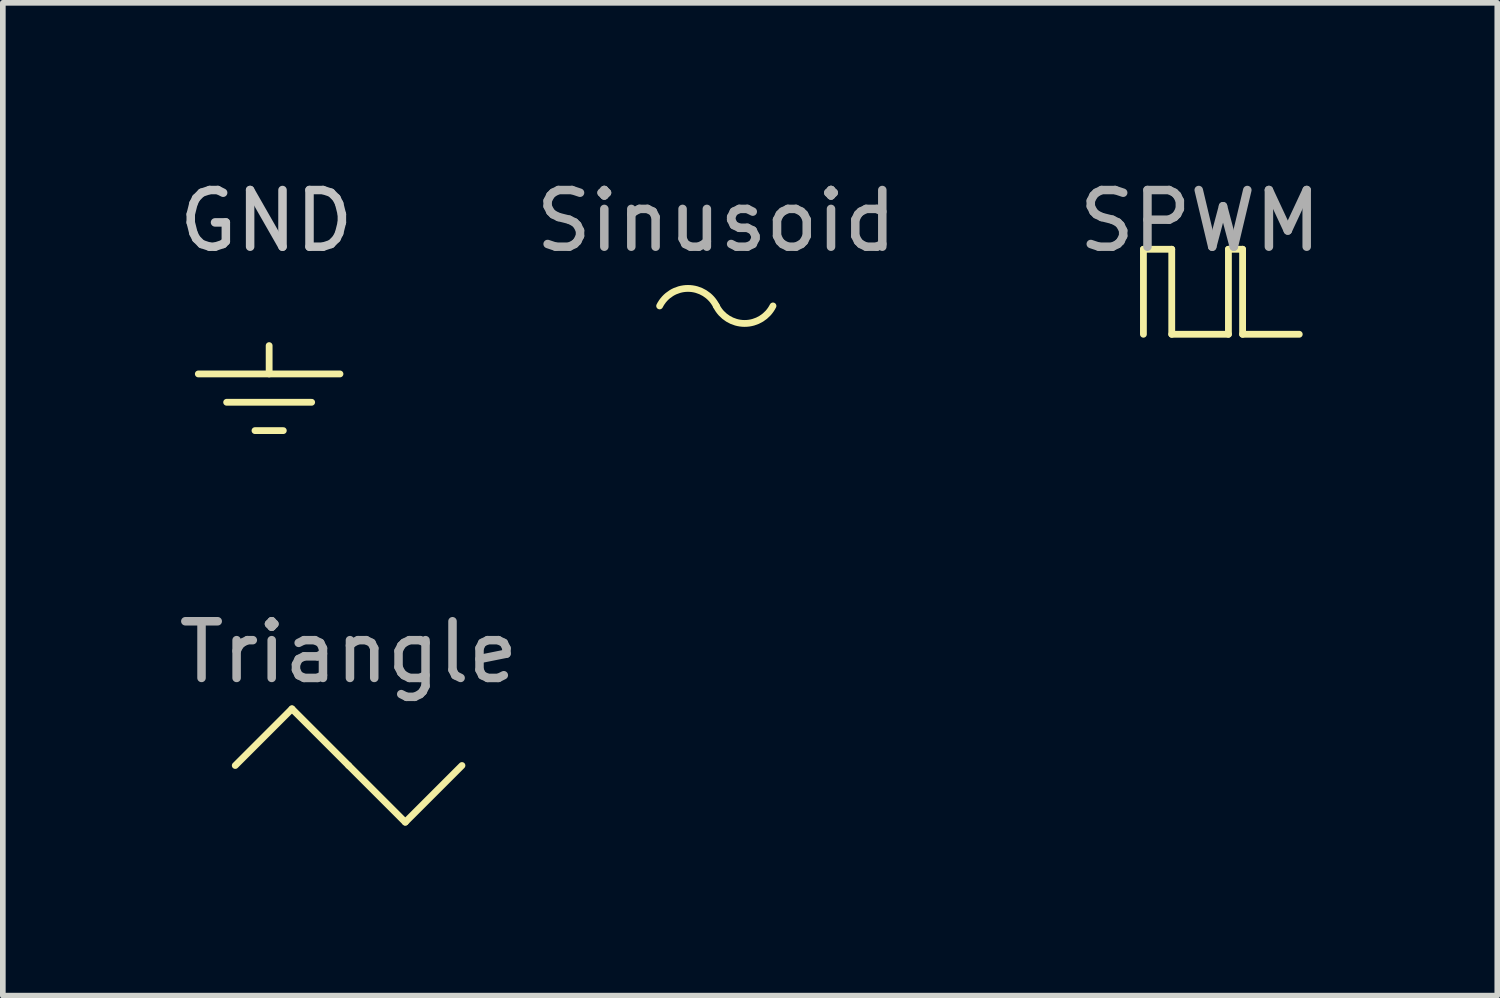
<source format=kicad_pcb>
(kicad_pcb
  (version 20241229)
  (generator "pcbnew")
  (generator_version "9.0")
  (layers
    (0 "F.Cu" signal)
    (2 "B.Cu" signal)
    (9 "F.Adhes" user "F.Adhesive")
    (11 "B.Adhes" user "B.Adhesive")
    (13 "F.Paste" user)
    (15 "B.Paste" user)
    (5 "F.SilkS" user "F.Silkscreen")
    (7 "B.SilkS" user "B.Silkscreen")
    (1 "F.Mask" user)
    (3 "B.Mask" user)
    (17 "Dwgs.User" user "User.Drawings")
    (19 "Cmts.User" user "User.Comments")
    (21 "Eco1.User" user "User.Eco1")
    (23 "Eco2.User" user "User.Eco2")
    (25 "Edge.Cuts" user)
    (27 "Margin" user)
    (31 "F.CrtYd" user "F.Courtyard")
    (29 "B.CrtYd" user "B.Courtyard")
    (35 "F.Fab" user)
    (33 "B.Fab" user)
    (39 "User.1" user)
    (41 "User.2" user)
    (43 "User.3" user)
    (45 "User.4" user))
  (footprint "Sinusoid"
    (layer "F.Cu")
    (at 9.589 0.348)
    (property "Reference" "Sinusoid" (at 0 0.5 0) (layer "F.Fab") (effects (font (size 1 1) (thickness 0.15))))
    (attr through_hole)
    (fp_arc (start -1 2) (mid -0.5 1.690983) (end 0 2) (stroke (width 0.12) (type solid)) (layer "F.SilkS"))
    (fp_arc (start 1 2) (mid 0.5 2.309017) (end 0 2) (stroke (width 0.12) (type solid)) (layer "F.SilkS")))
  (footprint "GND"
    (layer "F.Cu")
    (at 1.449 3.048)
    (property "Reference" "GND" (at 0.2 -2.2 0) (layer "Dwgs.User") (effects (font (size 1 1) (thickness 0.15))))
    (attr through_hole)
    (fp_line (start -1 0.5) (end 1.5 0.5) (stroke (width 0.12) (type solid)) (layer "F.SilkS"))
    (fp_line (start -0.5 1) (end 1 1) (stroke (width 0.12) (type solid)) (layer "F.SilkS"))
    (fp_line (start 0 1.5) (end 0.5 1.5) (stroke (width 0.12) (type solid)) (layer "F.SilkS"))
    (fp_line (start 0.25 0.5) (end 0.25 0) (stroke (width 0.12) (type solid)) (layer "F.SilkS")))
  (footprint "SPWM"
    (layer "F.Cu")
    (at 18.125 0.348)
    (property "Reference" "SPWM" (at 0 0.5 0) (layer "F.Fab") (effects (font (size 1 1) (thickness 0.15))))
    (attr through_hole)
    (fp_line (start -1 1) (end -0.5 1) (stroke (width 0.12) (type solid)) (layer "F.SilkS"))
    (fp_line (start -1 2.5) (end -1 1) (stroke (width 0.12) (type solid)) (layer "F.SilkS"))
    (fp_line (start -0.5 1) (end -0.5 2.5) (stroke (width 0.12) (type solid)) (layer "F.SilkS"))
    (fp_line (start -0.5 2.5) (end 0.5 2.5) (stroke (width 0.12) (type solid)) (layer "F.SilkS"))
    (fp_line (start 0.5 1) (end 0.75 1) (stroke (width 0.12) (type solid)) (layer "F.SilkS"))
    (fp_line (start 0.5 2.5) (end 0.5 1) (stroke (width 0.12) (type solid)) (layer "F.SilkS"))
    (fp_line (start 0.75 1) (end 0.75 2.5) (stroke (width 0.12) (type solid)) (layer "F.SilkS"))
    (fp_line (start 0.75 2.5) (end 1.75 2.5) (stroke (width 0.12) (type solid)) (layer "F.SilkS")))
  (footprint "Triangle"
    (layer "F.Cu")
    (at 3.101 7.957)
    (property "Reference" "Triangle" (at 0 0.5 0) (layer "F.Fab") (effects (font (size 1 1) (thickness 0.15))))
    (attr through_hole)
    (fp_line (start -1 1.5) (end -2 2.5) (stroke (width 0.12) (type solid)) (layer "F.SilkS"))
    (fp_line (start 0 2.5) (end -1 1.5) (stroke (width 0.12) (type solid)) (layer "F.SilkS"))
    (fp_line (start 0 2.5) (end 1 3.5) (stroke (width 0.12) (type solid)) (layer "F.SilkS"))
    (fp_line (start 1 3.5) (end 2 2.5) (stroke (width 0.12) (type solid)) (layer "F.SilkS")))
  (gr_rect
    (start -3 -3)
    (end 23.369 14.517)
    (stroke (width 0.1) (type default))
    (fill no)
    (layer "Edge.Cuts")))
</source>
